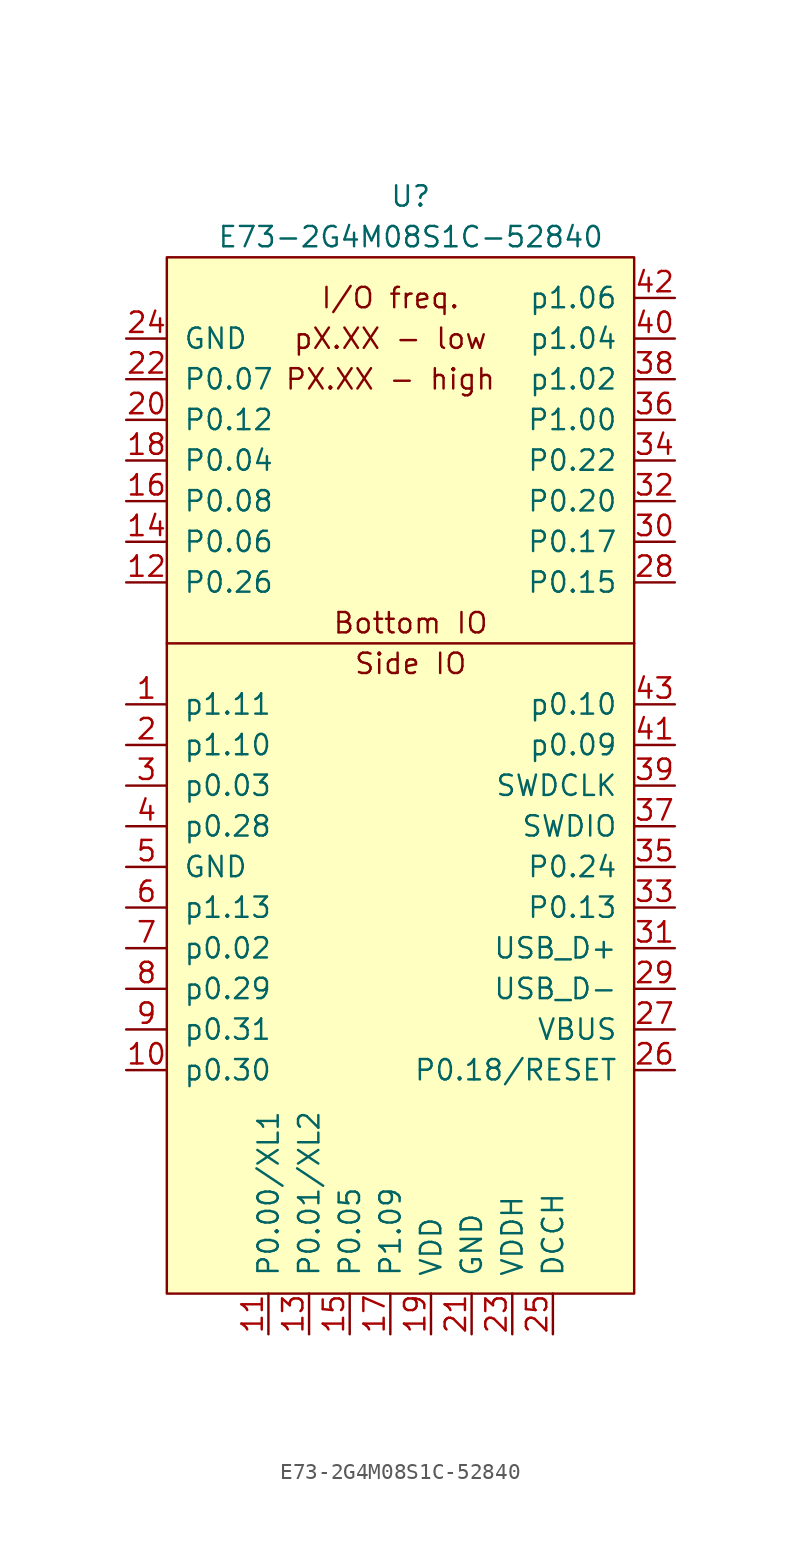
<source format=kicad_sym>
(kicad_symbol_lib
  (version 20210619)
  (generator kicad_symbol_editor)
  (symbol "anaphase:E73-2G4M08S1C-52840"
    (pin_names
      (offset 1.016))
    (property "Reference" "U"
      (at 0 38.1 0)
      (effects (font (size 1.27 1.27))))
    (property "Value" "E73-2G4M08S1C-52840"
      (at 0 35.56 0)
      (effects (font (size 1.27 1.27))))
    (symbol "E73-2G4M08S1C-52840_0_0"
      (text "Bottom IO" (at 0 11.43 0) (effects (font (size 1.27 1.27))))
      (text "I/O freq." (at -1.27 31.75 0) (effects (font (size 1.27 1.27))))
      (text "PX.XX - high" (at -1.27 26.67 0) (effects (font (size 1.27 1.27))))
      (text "pX.XX - low" (at -1.27 29.21 0) (effects (font (size 1.27 1.27))))
      (text "Side IO" (at 0 8.89 0) (effects (font (size 1.27 1.27))))
      (polyline (pts (xy -15.24 10.16) (xy 13.97 10.16)) (stroke (width 0)) (fill (type none))))
    (symbol "E73-2G4M08S1C-52840_0_1"
      (rectangle (start -15.24 34.29) (end 13.97 -30.48) (stroke (width 0)) (fill (type background))))
    (symbol "E73-2G4M08S1C-52840_1_1"
      (pin input line (at -17.78 6.35 0) (length 2.54) (name "p1.11" (effects (font (size 1.27 1.27)))) (number "1" (effects (font (size 1.27 1.27)))))
      (pin input line (at -17.78 -16.51 0) (length 2.54) (name "p0.30" (effects (font (size 1.27 1.27)))) (number "10" (effects (font (size 1.27 1.27)))))
      (pin input line (at -8.89 -33.02 90) (length 2.54) (name "P0.00/XL1" (effects (font (size 1.27 1.27)))) (number "11" (effects (font (size 1.27 1.27)))))
      (pin input line (at -17.78 13.97 0) (length 2.54) (name "P0.26" (effects (font (size 1.27 1.27)))) (number "12" (effects (font (size 1.27 1.27)))))
      (pin input line (at -6.35 -33.02 90) (length 2.54) (name "P0.01/XL2" (effects (font (size 1.27 1.27)))) (number "13" (effects (font (size 1.27 1.27)))))
      (pin input line (at -17.78 16.51 0) (length 2.54) (name "P0.06" (effects (font (size 1.27 1.27)))) (number "14" (effects (font (size 1.27 1.27)))))
      (pin input line (at -3.81 -33.02 90) (length 2.54) (name "P0.05" (effects (font (size 1.27 1.27)))) (number "15" (effects (font (size 1.27 1.27)))))
      (pin input line (at -17.78 19.05 0) (length 2.54) (name "P0.08" (effects (font (size 1.27 1.27)))) (number "16" (effects (font (size 1.27 1.27)))))
      (pin input line (at -1.27 -33.02 90) (length 2.54) (name "P1.09" (effects (font (size 1.27 1.27)))) (number "17" (effects (font (size 1.27 1.27)))))
      (pin input line (at -17.78 21.59 0) (length 2.54) (name "P0.04" (effects (font (size 1.27 1.27)))) (number "18" (effects (font (size 1.27 1.27)))))
      (pin power_in line (at 1.27 -33.02 90) (length 2.54) (name "VDD" (effects (font (size 1.27 1.27)))) (number "19" (effects (font (size 1.27 1.27)))))
      (pin input line (at -17.78 3.81 0) (length 2.54) (name "p1.10" (effects (font (size 1.27 1.27)))) (number "2" (effects (font (size 1.27 1.27)))))
      (pin input line (at -17.78 24.13 0) (length 2.54) (name "P0.12" (effects (font (size 1.27 1.27)))) (number "20" (effects (font (size 1.27 1.27)))))
      (pin power_in line (at 3.81 -33.02 90) (length 2.54) (name "GND" (effects (font (size 1.27 1.27)))) (number "21" (effects (font (size 1.27 1.27)))))
      (pin input line (at -17.78 26.67 0) (length 2.54) (name "P0.07" (effects (font (size 1.27 1.27)))) (number "22" (effects (font (size 1.27 1.27)))))
      (pin power_in line (at 6.35 -33.02 90) (length 2.54) (name "VDDH" (effects (font (size 1.27 1.27)))) (number "23" (effects (font (size 1.27 1.27)))))
      (pin power_in line (at -17.78 29.21 0) (length 2.54) (name "GND" (effects (font (size 1.27 1.27)))) (number "24" (effects (font (size 1.27 1.27)))))
      (pin power_out line (at 8.89 -33.02 90) (length 2.54) (name "DCCH" (effects (font (size 1.27 1.27)))) (number "25" (effects (font (size 1.27 1.27)))))
      (pin input line (at 16.51 -16.51 180) (length 2.54) (name "P0.18/RESET" (effects (font (size 1.27 1.27)))) (number "26" (effects (font (size 1.27 1.27)))))
      (pin power_in line (at 16.51 -13.97 180) (length 2.54) (name "VBUS" (effects (font (size 1.27 1.27)))) (number "27" (effects (font (size 1.27 1.27)))))
      (pin input line (at 16.51 13.97 180) (length 2.54) (name "P0.15" (effects (font (size 1.27 1.27)))) (number "28" (effects (font (size 1.27 1.27)))))
      (pin input line (at 16.51 -11.43 180) (length 2.54) (name "USB_D-" (effects (font (size 1.27 1.27)))) (number "29" (effects (font (size 1.27 1.27)))))
      (pin input line (at -17.78 1.27 0) (length 2.54) (name "p0.03" (effects (font (size 1.27 1.27)))) (number "3" (effects (font (size 1.27 1.27)))))
      (pin input line (at 16.51 16.51 180) (length 2.54) (name "P0.17" (effects (font (size 1.27 1.27)))) (number "30" (effects (font (size 1.27 1.27)))))
      (pin input line (at 16.51 -8.89 180) (length 2.54) (name "USB_D+" (effects (font (size 1.27 1.27)))) (number "31" (effects (font (size 1.27 1.27)))))
      (pin input line (at 16.51 19.05 180) (length 2.54) (name "P0.20" (effects (font (size 1.27 1.27)))) (number "32" (effects (font (size 1.27 1.27)))))
      (pin input line (at 16.51 -6.35 180) (length 2.54) (name "P0.13" (effects (font (size 1.27 1.27)))) (number "33" (effects (font (size 1.27 1.27)))))
      (pin input line (at 16.51 21.59 180) (length 2.54) (name "P0.22" (effects (font (size 1.27 1.27)))) (number "34" (effects (font (size 1.27 1.27)))))
      (pin input line (at 16.51 -3.81 180) (length 2.54) (name "P0.24" (effects (font (size 1.27 1.27)))) (number "35" (effects (font (size 1.27 1.27)))))
      (pin input line (at 16.51 24.13 180) (length 2.54) (name "P1.00" (effects (font (size 1.27 1.27)))) (number "36" (effects (font (size 1.27 1.27)))))
      (pin input line (at 16.51 -1.27 180) (length 2.54) (name "SWDIO" (effects (font (size 1.27 1.27)))) (number "37" (effects (font (size 1.27 1.27)))))
      (pin input line (at 16.51 26.67 180) (length 2.54) (name "p1.02" (effects (font (size 1.27 1.27)))) (number "38" (effects (font (size 1.27 1.27)))))
      (pin input line (at 16.51 1.27 180) (length 2.54) (name "SWDCLK" (effects (font (size 1.27 1.27)))) (number "39" (effects (font (size 1.27 1.27)))))
      (pin input line (at -17.78 -1.27 0) (length 2.54) (name "p0.28" (effects (font (size 1.27 1.27)))) (number "4" (effects (font (size 1.27 1.27)))))
      (pin input line (at 16.51 29.21 180) (length 2.54) (name "p1.04" (effects (font (size 1.27 1.27)))) (number "40" (effects (font (size 1.27 1.27)))))
      (pin input line (at 16.51 3.81 180) (length 2.54) (name "p0.09" (effects (font (size 1.27 1.27)))) (number "41" (effects (font (size 1.27 1.27)))))
      (pin input line (at 16.51 31.75 180) (length 2.54) (name "p1.06" (effects (font (size 1.27 1.27)))) (number "42" (effects (font (size 1.27 1.27)))))
      (pin input line (at 16.51 6.35 180) (length 2.54) (name "p0.10" (effects (font (size 1.27 1.27)))) (number "43" (effects (font (size 1.27 1.27)))))
      (pin power_in line (at -17.78 -3.81 0) (length 2.54) (name "GND" (effects (font (size 1.27 1.27)))) (number "5" (effects (font (size 1.27 1.27)))))
      (pin input line (at -17.78 -6.35 0) (length 2.54) (name "p1.13" (effects (font (size 1.27 1.27)))) (number "6" (effects (font (size 1.27 1.27)))))
      (pin input line (at -17.78 -8.89 0) (length 2.54) (name "p0.02" (effects (font (size 1.27 1.27)))) (number "7" (effects (font (size 1.27 1.27)))))
      (pin input line (at -17.78 -11.43 0) (length 2.54) (name "p0.29" (effects (font (size 1.27 1.27)))) (number "8" (effects (font (size 1.27 1.27)))))
      (pin input line (at -17.78 -13.97 0) (length 2.54) (name "p0.31" (effects (font (size 1.27 1.27)))) (number "9" (effects (font (size 1.27 1.27))))))))
</source>
